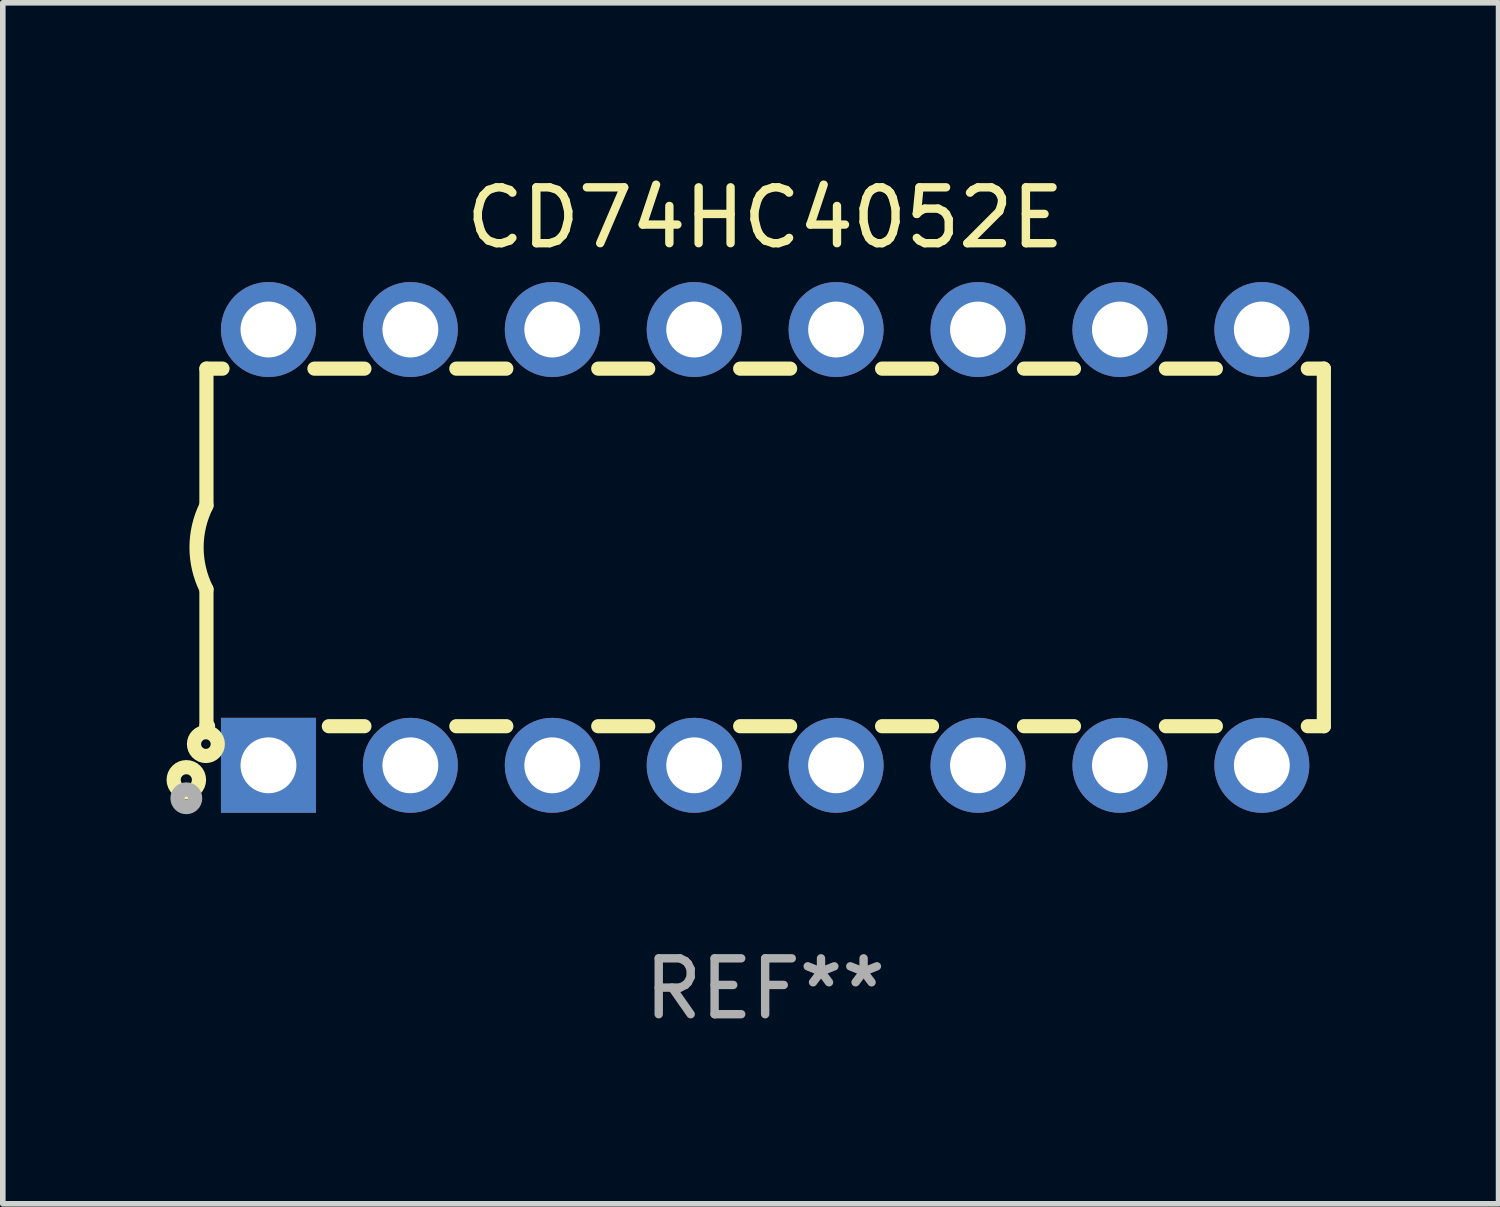
<source format=kicad_pcb>
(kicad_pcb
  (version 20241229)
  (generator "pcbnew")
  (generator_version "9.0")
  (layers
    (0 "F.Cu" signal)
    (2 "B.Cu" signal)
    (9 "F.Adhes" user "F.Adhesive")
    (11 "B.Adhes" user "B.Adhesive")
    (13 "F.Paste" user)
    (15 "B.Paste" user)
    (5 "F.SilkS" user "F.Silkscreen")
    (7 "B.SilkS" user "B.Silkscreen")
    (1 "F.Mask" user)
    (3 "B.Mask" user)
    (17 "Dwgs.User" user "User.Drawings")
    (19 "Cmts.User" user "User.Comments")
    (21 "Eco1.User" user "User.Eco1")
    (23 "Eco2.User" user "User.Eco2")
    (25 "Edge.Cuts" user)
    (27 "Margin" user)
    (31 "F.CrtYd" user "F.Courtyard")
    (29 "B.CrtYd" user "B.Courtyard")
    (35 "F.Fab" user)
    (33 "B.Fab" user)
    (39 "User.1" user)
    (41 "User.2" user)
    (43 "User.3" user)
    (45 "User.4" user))
  (footprint "CD74HC4052E"
    (layer "F.Cu")
    (at 10.645 6.748)
    (property "Reference" "CD74HC4052E" (at 0 -5.9 0) (layer "F.SilkS") (effects (font (size 1 1) (thickness 0.15))))
    (attr through_hole)
    (fp_line (start -10 -3.2) (end -10 -0.75) (stroke (width 0.254) (type solid)) (layer "F.SilkS"))
    (fp_line (start -10 -3.2) (end -9.713 -3.2) (stroke (width 0.254) (type solid)) (layer "F.SilkS"))
    (fp_line (start -10 3.2) (end -10 0.75) (stroke (width 0.254) (type solid)) (layer "F.SilkS"))
    (fp_line (start -10 3.2) (end -9.971 3.2) (stroke (width 0.254) (type solid)) (layer "F.SilkS"))
    (fp_line (start -8.067 -3.2) (end -7.173 -3.2) (stroke (width 0.254) (type solid)) (layer "F.SilkS"))
    (fp_line (start -7.809 3.2) (end -7.173 3.2) (stroke (width 0.254) (type solid)) (layer "F.SilkS"))
    (fp_line (start -5.527 3.2) (end -4.633 3.2) (stroke (width 0.254) (type solid)) (layer "F.SilkS"))
    (fp_line (start -5.527 -3.2) (end -4.633 -3.2) (stroke (width 0.254) (type solid)) (layer "F.SilkS"))
    (fp_line (start -2.987 3.2) (end -2.093 3.2) (stroke (width 0.254) (type solid)) (layer "F.SilkS"))
    (fp_line (start -2.987 -3.2) (end -2.093 -3.2) (stroke (width 0.254) (type solid)) (layer "F.SilkS"))
    (fp_line (start -0.447 3.2) (end 0.447 3.2) (stroke (width 0.254) (type solid)) (layer "F.SilkS"))
    (fp_line (start -0.447 -3.2) (end 0.447 -3.2) (stroke (width 0.254) (type solid)) (layer "F.SilkS"))
    (fp_line (start 2.093 3.2) (end 2.987 3.2) (stroke (width 0.254) (type solid)) (layer "F.SilkS"))
    (fp_line (start 2.093 -3.2) (end 2.987 -3.2) (stroke (width 0.254) (type solid)) (layer "F.SilkS"))
    (fp_line (start 4.633 3.2) (end 5.527 3.2) (stroke (width 0.254) (type solid)) (layer "F.SilkS"))
    (fp_line (start 4.633 -3.2) (end 5.527 -3.2) (stroke (width 0.254) (type solid)) (layer "F.SilkS"))
    (fp_line (start 7.173 3.2) (end 8.067 3.2) (stroke (width 0.254) (type solid)) (layer "F.SilkS"))
    (fp_line (start 7.173 -3.2) (end 8.067 -3.2) (stroke (width 0.254) (type solid)) (layer "F.SilkS"))
    (fp_line (start 9.713 3.2) (end 10 3.2) (stroke (width 0.254) (type solid)) (layer "F.SilkS"))
    (fp_line (start 9.713 -3.2) (end 10 -3.2) (stroke (width 0.254) (type solid)) (layer "F.SilkS"))
    (fp_line (start 10 -3.2) (end 10 3.2) (stroke (width 0.254) (type solid)) (layer "F.SilkS"))
    (fp_arc (start -10 0.748793) (mid -10.176918 -0.000607) (end -10.000025 -0.750013) (stroke (width 0.254001) (type solid)) (layer "F.SilkS"))
    (fp_circle (center -10.36 4.16) (end -10.26 4.16) (stroke (width 0.254) (type solid)) (fill no) (layer "F.SilkS"))
    (fp_circle (center -10.01 3.52) (end -9.924 3.52) (stroke (width 0.254) (type solid)) (fill no) (layer "F.SilkS"))
    (fp_circle (center -10.36 4.49) (end -10.202 4.49) (stroke (width 0.254) (type solid)) (fill no) (layer "F.Fab"))
    (fp_text user "REF**" (at 0 7.9 0) (layer "F.Fab") (effects (font (size 1 1) (thickness 0.15))))
    (pad "1" thru_hole rect (at -8.89 3.9 90) (size 1.7 1.7) (drill 1) (layers "*.Cu" "*.Mask"))
    (pad "2" thru_hole circle (at -6.35 3.9) (size 1.7 1.7) (drill 1) (layers "*.Cu" "*.Mask"))
    (pad "3" thru_hole circle (at -3.81 3.9) (size 1.7 1.7) (drill 1) (layers "*.Cu" "*.Mask"))
    (pad "4" thru_hole circle (at -1.27 3.9) (size 1.7 1.7) (drill 1) (layers "*.Cu" "*.Mask"))
    (pad "5" thru_hole circle (at 1.27 3.9) (size 1.7 1.7) (drill 1) (layers "*.Cu" "*.Mask"))
    (pad "6" thru_hole circle (at 3.81 3.9) (size 1.7 1.7) (drill 1) (layers "*.Cu" "*.Mask"))
    (pad "7" thru_hole circle (at 6.35 3.9) (size 1.7 1.7) (drill 1) (layers "*.Cu" "*.Mask"))
    (pad "8" thru_hole circle (at 8.89 3.9) (size 1.7 1.7) (drill 1) (layers "*.Cu" "*.Mask"))
    (pad "9" thru_hole circle (at 8.89 -3.9) (size 1.7 1.7) (drill 1) (layers "*.Cu" "*.Mask"))
    (pad "10" thru_hole circle (at 6.35 -3.9) (size 1.7 1.7) (drill 1) (layers "*.Cu" "*.Mask"))
    (pad "11" thru_hole circle (at 3.81 -3.9) (size 1.7 1.7) (drill 1) (layers "*.Cu" "*.Mask"))
    (pad "12" thru_hole circle (at 1.27 -3.9) (size 1.7 1.7) (drill 1) (layers "*.Cu" "*.Mask"))
    (pad "13" thru_hole circle (at -1.27 -3.9) (size 1.7 1.7) (drill 1) (layers "*.Cu" "*.Mask"))
    (pad "14" thru_hole circle (at -3.81 -3.9) (size 1.7 1.7) (drill 1) (layers "*.Cu" "*.Mask"))
    (pad "15" thru_hole circle (at -6.35 -3.9) (size 1.7 1.7) (drill 1) (layers "*.Cu" "*.Mask"))
    (pad "16" thru_hole circle (at -8.89 -3.9) (size 1.7 1.7) (drill 1) (layers "*.Cu" "*.Mask")))
  (gr_rect
    (start -3 -3)
    (end 23.772 18.496)
    (stroke (width 0.1) (type default))
    (fill no)
    (layer "Edge.Cuts")))
</source>
